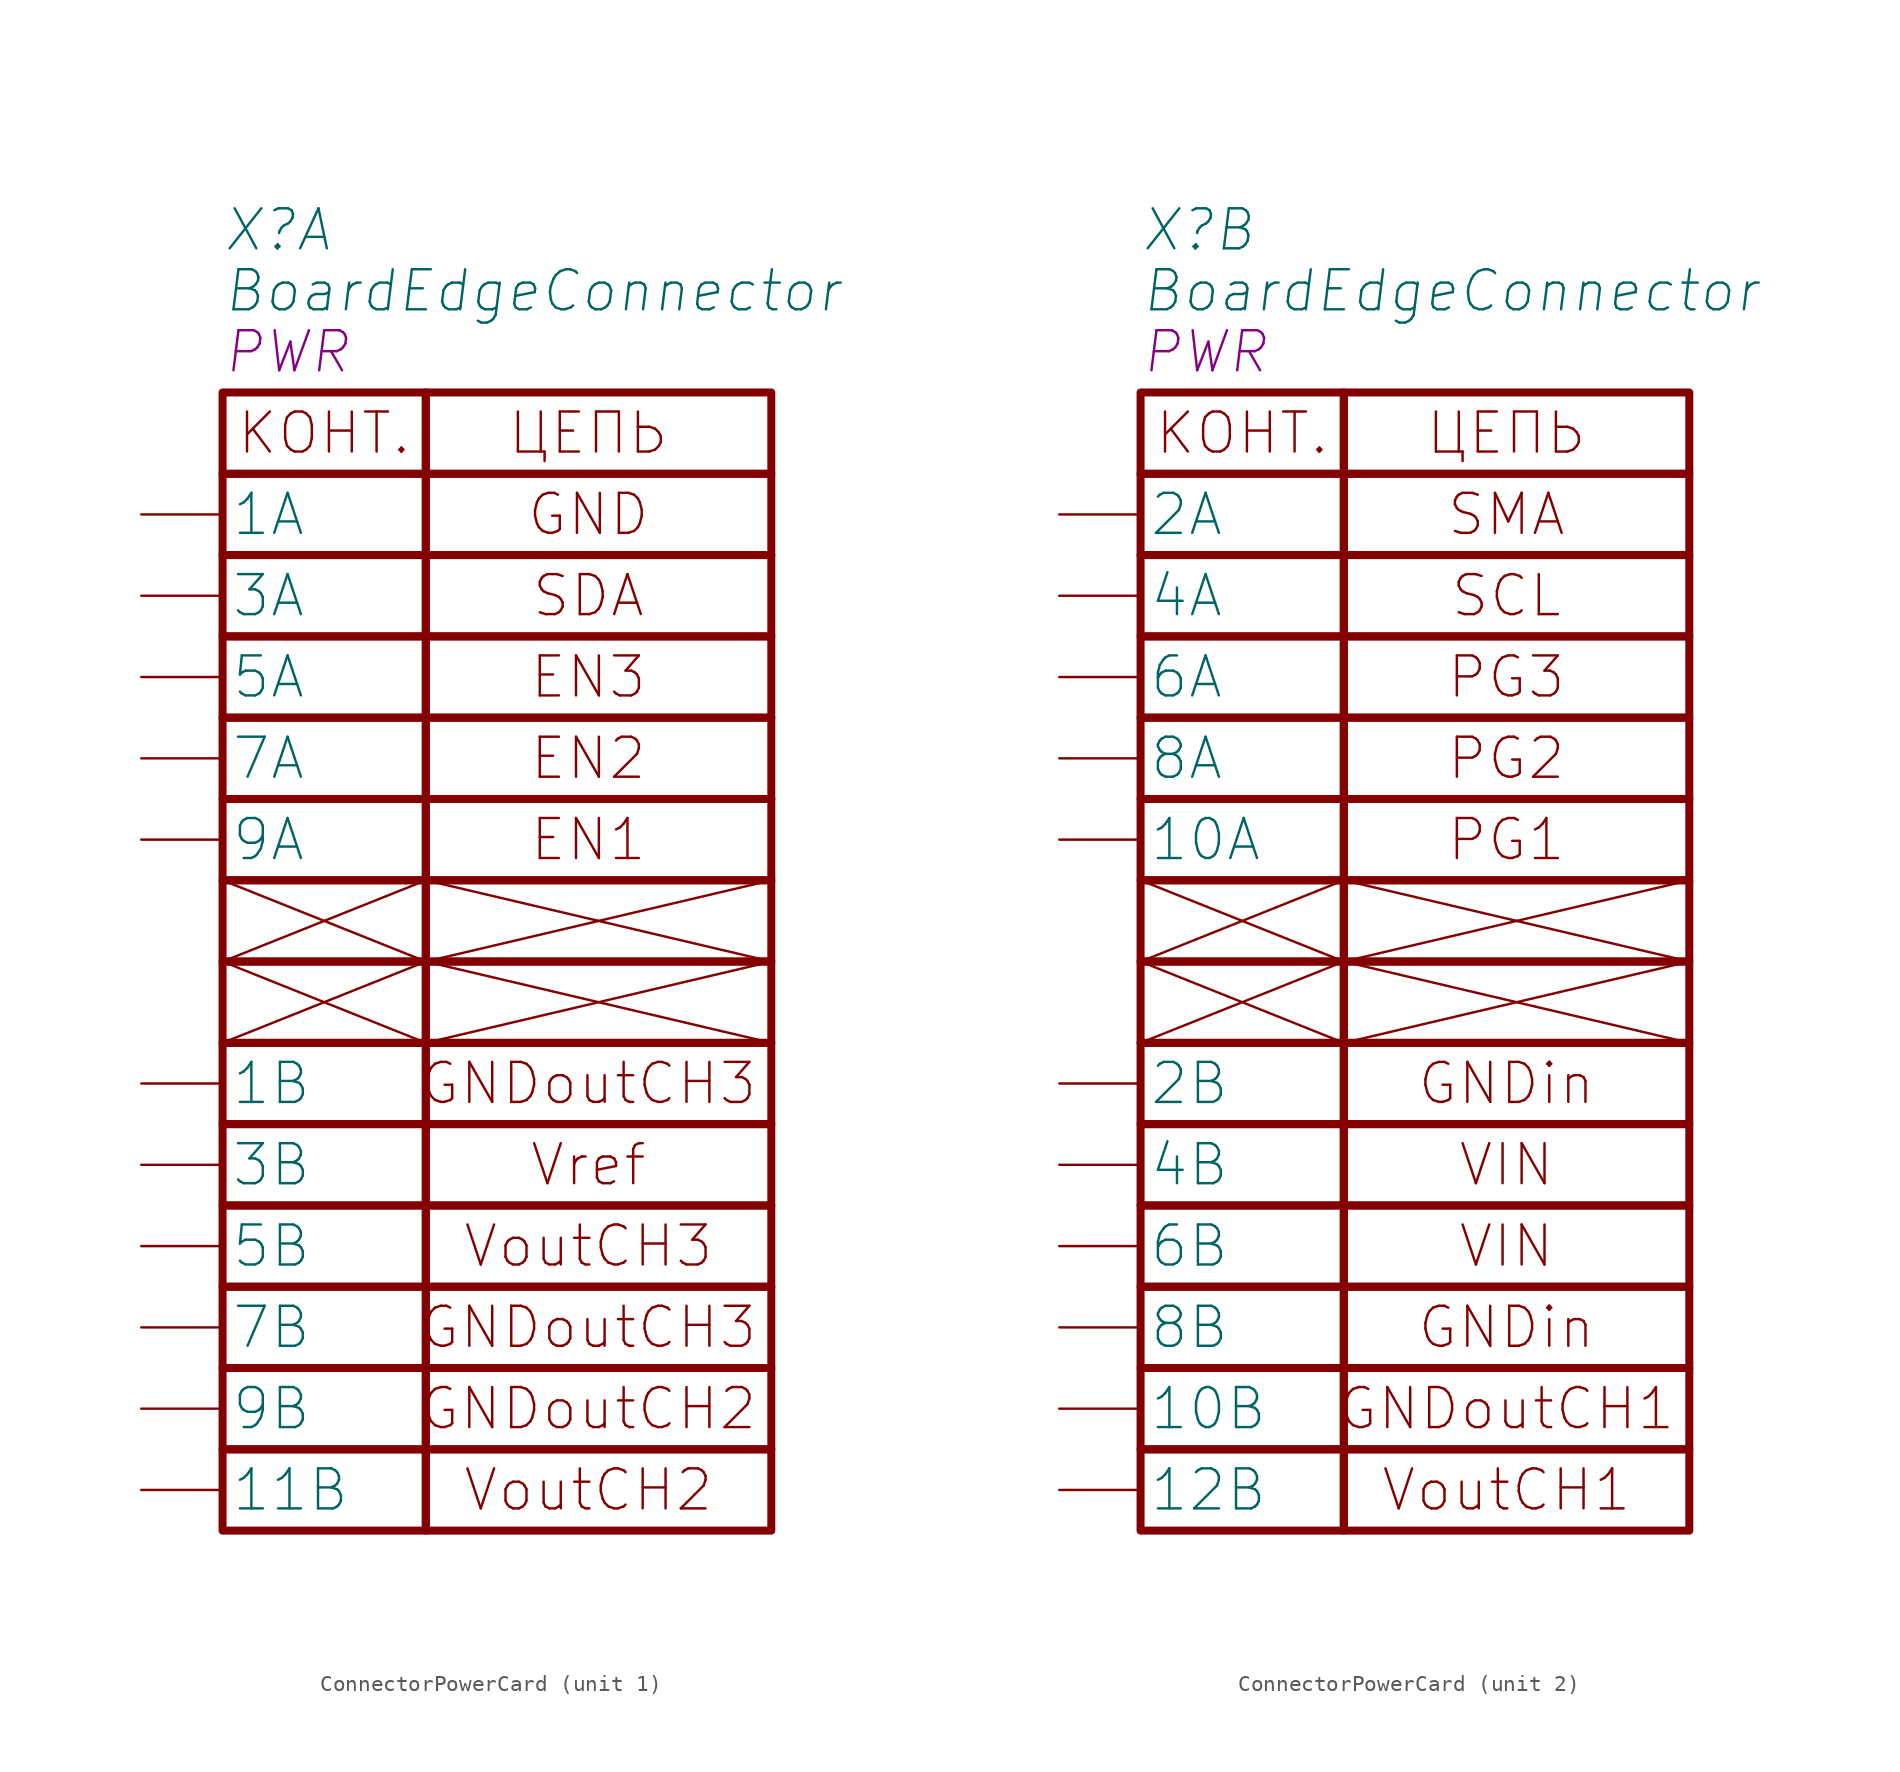
<source format=kicad_sym>
(kicad_symbol_lib
  (version 20241209)
  (generator "kicad_symbol_editor")
  (generator_version "9.0")
  (symbol "ConnectorPowerCard"
    (pin_numbers
      (hide yes))
    (property "Reference" "X"
      (at -12.7 10.16 0)
      (effects (font (size 2.5 2.5) (italic yes)) (justify left)))
    (property "Value" "BoardEdgeConnector"
      (at -12.7 6.35 0)
      (effects (font (size 2.5 2.5) (italic yes)) (justify left)))
    (property "Name" "PWR"
      (at -12.7 2.54 0)
      (effects (font (size 2.5 2.5) (italic yes)) (justify left)))
    (property "ki_locked" ""
      (at 0 0 0)
      (effects (font (size 1.27 1.27))))
    (symbol "ConnectorPowerCard_1_1"
      (rectangle (start -12.7 0) (end 0 -5.08) (stroke (width 0.5) (type default)) (fill (type none)))
      (rectangle (start -12.7 -5.08) (end 0 -10.16) (stroke (width 0.5) (type default)) (fill (type none)))
      (rectangle (start -12.7 -10.16) (end 0 -15.24) (stroke (width 0.5) (type default)) (fill (type none)))
      (rectangle (start -12.7 -15.24) (end 0 -20.32) (stroke (width 0.5) (type default)) (fill (type none)))
      (rectangle (start -12.7 -20.32) (end 0 -25.4) (stroke (width 0.5) (type default)) (fill (type none)))
      (rectangle (start -12.7 -25.4) (end 0 -30.48) (stroke (width 0.5) (type default)) (fill (type none)))
      (rectangle (start -12.7 -30.48) (end 0 -35.56) (stroke (width 0.5) (type default)) (fill (type none)))
      (polyline (pts (xy -12.7 -30.48) (xy 0 -35.56) (xy 21.59 -30.48)) (stroke (width 0) (type default)) (fill (type none)))
      (rectangle (start -12.7 -35.56) (end 0 -40.64) (stroke (width 0.5) (type default)) (fill (type none)))
      (polyline (pts (xy -12.7 -35.56) (xy 0 -30.48) (xy 21.59 -35.56) (xy 0 -40.64) (xy -12.7 -35.56)) (stroke (width 0) (type default)) (fill (type none)))
      (rectangle (start -12.7 -40.64) (end 0 -45.72) (stroke (width 0.5) (type default)) (fill (type none)))
      (polyline (pts (xy -12.7 -40.64) (xy 0 -35.56) (xy 21.59 -40.64)) (stroke (width 0) (type default)) (fill (type none)))
      (rectangle (start -12.7 -45.72) (end 0 -50.8) (stroke (width 0.5) (type default)) (fill (type none)))
      (rectangle (start -12.7 -50.8) (end 0 -55.88) (stroke (width 0.5) (type default)) (fill (type none)))
      (rectangle (start -12.7 -55.88) (end 0 -60.96) (stroke (width 0.5) (type default)) (fill (type none)))
      (rectangle (start -12.7 -60.96) (end 0 -66.04) (stroke (width 0.5) (type default)) (fill (type none)))
      (rectangle (start -12.7 -66.04) (end 0 -71.12) (stroke (width 0.5) (type default)) (fill (type none)))
      (rectangle (start 0 0) (end 21.59 -5.08) (stroke (width 0.5) (type default)) (fill (type none)))
      (rectangle (start 0 -10.16) (end 21.59 -5.08) (stroke (width 0.5) (type default)) (fill (type none)))
      (rectangle (start 0 -15.24) (end 21.59 -10.16) (stroke (width 0.5) (type default)) (fill (type none)))
      (rectangle (start 0 -20.32) (end 21.59 -15.24) (stroke (width 0.5) (type default)) (fill (type none)))
      (rectangle (start 0 -20.32) (end 21.59 -25.4) (stroke (width 0.5) (type default)) (fill (type none)))
      (rectangle (start 0 -25.4) (end 21.59 -30.48) (stroke (width 0.5) (type default)) (fill (type none)))
      (rectangle (start 0 -35.56) (end 21.59 -30.48) (stroke (width 0.5) (type default)) (fill (type none)))
      (rectangle (start 0 -40.64) (end 21.59 -35.56) (stroke (width 0.5) (type default)) (fill (type none)))
      (rectangle (start 0 -45.72) (end 21.59 -40.64) (stroke (width 0.5) (type default)) (fill (type none)))
      (rectangle (start 0 -50.8) (end 21.59 -45.72) (stroke (width 0.5) (type default)) (fill (type none)))
      (rectangle (start 0 -55.88) (end 21.59 -50.8) (stroke (width 0.5) (type default)) (fill (type none)))
      (rectangle (start 0 -60.96) (end 21.59 -55.88) (stroke (width 0.5) (type default)) (fill (type none)))
      (rectangle (start 0 -66.04) (end 21.59 -60.96) (stroke (width 0.5) (type default)) (fill (type none)))
      (rectangle (start 0 -71.12) (end 21.59 -66.04) (stroke (width 0.5) (type default)) (fill (type none)))
      (text "КОНТ." (at -6.35 -2.54 0) (effects (font (size 2.5 2.5))))
      (text "ЦЕПЬ" (at 10.16 -2.54 0) (effects (font (size 2.5 2.5))))
      (text "GND" (at 10.16 -7.62 0) (effects (font (size 2.5 2.5))))
      (text "SDA" (at 10.16 -12.7 0) (effects (font (size 2.5 2.5))))
      (text "EN3" (at 10.16 -17.78 0) (effects (font (size 2.5 2.5))))
      (text "EN2" (at 10.16 -22.86 0) (effects (font (size 2.5 2.5))))
      (text "EN1" (at 10.16 -27.94 0) (effects (font (size 2.5 2.5))))
      (text "GNDoutCH3" (at 10.16 -43.18 0) (effects (font (size 2.5 2.5))))
      (text "Vref" (at 10.16 -48.26 0) (effects (font (size 2.5 2.5))))
      (text "VoutCH3" (at 10.16 -53.34 0) (effects (font (size 2.5 2.5))))
      (text "GNDoutCH3" (at 10.16 -58.42 0) (effects (font (size 2.5 2.5))))
      (text "GNDoutCH2" (at 10.16 -63.5 0) (effects (font (size 2.5 2.5))))
      (text "VoutCH2" (at 10.16 -68.58 0) (effects (font (size 2.5 2.5))))
      (pin power_out line (at -17.78 -7.62 0) (length 5.08) (name "1A" (effects (font (size 2.5 2.5)))) (number "1A" (effects (font (size 2.5 2.5)))))
      (pin bidirectional line (at -17.78 -12.7 0) (length 5.08) (name "3A" (effects (font (size 2.5 2.5)))) (number "3A" (effects (font (size 2.5 2.5)))))
      (pin output line (at -17.78 -17.78 0) (length 5.08) (name "5A" (effects (font (size 2.5 2.5)))) (number "5A" (effects (font (size 2.5 2.5)))))
      (pin output line (at -17.78 -22.86 0) (length 5.08) (name "7A" (effects (font (size 2.5 2.5)))) (number "7A" (effects (font (size 2.5 2.5)))))
      (pin output line (at -17.78 -27.94 0) (length 5.08) (name "9A" (effects (font (size 2.5 2.5)))) (number "9A" (effects (font (size 2.5 2.5)))))
      (pin power_in line (at -17.78 -43.18 0) (length 5.08) (name "1B" (effects (font (size 2.5 2.5)))) (number "1B" (effects (font (size 2.5 2.5)))))
      (pin passive line (at -17.78 -48.26 0) (length 5.08) (name "3B" (effects (font (size 2.5 2.5)))) (number "3B" (effects (font (size 2.5 2.5)))))
      (pin power_in line (at -17.78 -53.34 0) (length 5.08) (name "5B" (effects (font (size 2.5 2.5)))) (number "5B" (effects (font (size 2.5 2.5)))))
      (pin power_in line (at -17.78 -58.42 0) (length 5.08) (name "7B" (effects (font (size 2.5 2.5)))) (number "7B" (effects (font (size 2.5 2.5)))))
      (pin power_in line (at -17.78 -63.5 0) (length 5.08) (name "9B" (effects (font (size 2.5 2.5)))) (number "9B" (effects (font (size 2.5 2.5)))))
      (pin power_in line (at -17.78 -68.58 0) (length 5.08) (name "11B" (effects (font (size 2.5 2.5)))) (number "11B" (effects (font (size 2.5 2.5))))))
    (symbol "ConnectorPowerCard_2_1"
      (rectangle (start -12.7 0) (end 0 -5.08) (stroke (width 0.5) (type default)) (fill (type none)))
      (rectangle (start -12.7 -5.08) (end 0 -10.16) (stroke (width 0.5) (type default)) (fill (type none)))
      (rectangle (start -12.7 -10.16) (end 0 -15.24) (stroke (width 0.5) (type default)) (fill (type none)))
      (rectangle (start -12.7 -15.24) (end 0 -20.32) (stroke (width 0.5) (type default)) (fill (type none)))
      (rectangle (start -12.7 -20.32) (end 0 -25.4) (stroke (width 0.5) (type default)) (fill (type none)))
      (rectangle (start -12.7 -25.4) (end 0 -30.48) (stroke (width 0.5) (type default)) (fill (type none)))
      (rectangle (start -12.7 -30.48) (end 0 -35.56) (stroke (width 0.5) (type default)) (fill (type none)))
      (polyline (pts (xy -12.7 -30.48) (xy 0 -35.56) (xy 21.59 -30.48)) (stroke (width 0) (type default)) (fill (type none)))
      (rectangle (start -12.7 -35.56) (end 0 -40.64) (stroke (width 0.5) (type default)) (fill (type none)))
      (polyline (pts (xy -12.7 -35.56) (xy 0 -30.48) (xy 21.59 -35.56) (xy 0 -40.64) (xy -12.7 -35.56)) (stroke (width 0) (type default)) (fill (type none)))
      (rectangle (start -12.7 -40.64) (end 0 -45.72) (stroke (width 0.5) (type default)) (fill (type none)))
      (polyline (pts (xy -12.7 -40.64) (xy 0 -35.56) (xy 21.59 -40.64)) (stroke (width 0) (type default)) (fill (type none)))
      (rectangle (start -12.7 -45.72) (end 0 -50.8) (stroke (width 0.5) (type default)) (fill (type none)))
      (rectangle (start -12.7 -50.8) (end 0 -55.88) (stroke (width 0.5) (type default)) (fill (type none)))
      (rectangle (start -12.7 -55.88) (end 0 -60.96) (stroke (width 0.5) (type default)) (fill (type none)))
      (rectangle (start -12.7 -60.96) (end 0 -66.04) (stroke (width 0.5) (type default)) (fill (type none)))
      (rectangle (start -12.7 -66.04) (end 0 -71.12) (stroke (width 0.5) (type default)) (fill (type none)))
      (rectangle (start 0 0) (end 21.59 -5.08) (stroke (width 0.5) (type default)) (fill (type none)))
      (rectangle (start 0 -10.16) (end 21.59 -5.08) (stroke (width 0.5) (type default)) (fill (type none)))
      (rectangle (start 0 -15.24) (end 21.59 -10.16) (stroke (width 0.5) (type default)) (fill (type none)))
      (rectangle (start 0 -20.32) (end 21.59 -15.24) (stroke (width 0.5) (type default)) (fill (type none)))
      (rectangle (start 0 -20.32) (end 21.59 -25.4) (stroke (width 0.5) (type default)) (fill (type none)))
      (rectangle (start 0 -25.4) (end 21.59 -30.48) (stroke (width 0.5) (type default)) (fill (type none)))
      (rectangle (start 0 -35.56) (end 21.59 -30.48) (stroke (width 0.5) (type default)) (fill (type none)))
      (rectangle (start 0 -40.64) (end 21.59 -35.56) (stroke (width 0.5) (type default)) (fill (type none)))
      (rectangle (start 0 -45.72) (end 21.59 -40.64) (stroke (width 0.5) (type default)) (fill (type none)))
      (rectangle (start 0 -50.8) (end 21.59 -45.72) (stroke (width 0.5) (type default)) (fill (type none)))
      (rectangle (start 0 -55.88) (end 21.59 -50.8) (stroke (width 0.5) (type default)) (fill (type none)))
      (rectangle (start 0 -60.96) (end 21.59 -55.88) (stroke (width 0.5) (type default)) (fill (type none)))
      (rectangle (start 0 -66.04) (end 21.59 -60.96) (stroke (width 0.5) (type default)) (fill (type none)))
      (rectangle (start 0 -71.12) (end 21.59 -66.04) (stroke (width 0.5) (type default)) (fill (type none)))
      (text "КОНТ." (at -6.35 -2.54 0) (effects (font (size 2.5 2.5))))
      (text "ЦЕПЬ" (at 10.16 -2.54 0) (effects (font (size 2.5 2.5))))
      (text "SMA" (at 10.16 -7.62 0) (effects (font (size 2.5 2.5))))
      (text "SCL" (at 10.16 -12.7 0) (effects (font (size 2.5 2.5))))
      (text "PG3" (at 10.16 -17.78 0) (effects (font (size 2.5 2.5))))
      (text "PG2" (at 10.16 -22.86 0) (effects (font (size 2.5 2.5))))
      (text "PG1" (at 10.16 -27.94 0) (effects (font (size 2.5 2.5))))
      (text "GNDin" (at 10.16 -43.18 0) (effects (font (size 2.5 2.5))))
      (text "VIN" (at 10.16 -48.26 0) (effects (font (size 2.5 2.5))))
      (text "VIN" (at 10.16 -53.34 0) (effects (font (size 2.5 2.5))))
      (text "GNDin" (at 10.16 -58.42 0) (effects (font (size 2.5 2.5))))
      (text "GNDoutCH1" (at 10.16 -63.5 0) (effects (font (size 2.5 2.5))))
      (text "VoutCH1" (at 10.16 -68.58 0) (effects (font (size 2.5 2.5))))
      (pin input line (at -17.78 -7.62 0) (length 5.08) (name "2A" (effects (font (size 2.5 2.5)))) (number "2A" (effects (font (size 2.5 2.5)))))
      (pin output line (at -17.78 -12.7 0) (length 5.08) (name "4A" (effects (font (size 2.5 2.5)))) (number "4A" (effects (font (size 2.5 2.5)))))
      (pin input line (at -17.78 -17.78 0) (length 5.08) (name "6A" (effects (font (size 2.5 2.5)))) (number "6A" (effects (font (size 2.5 2.5)))))
      (pin input line (at -17.78 -22.86 0) (length 5.08) (name "8A" (effects (font (size 2.5 2.5)))) (number "8A" (effects (font (size 2.5 2.5)))))
      (pin input line (at -17.78 -27.94 0) (length 5.08) (name "10A" (effects (font (size 2.5 2.5)))) (number "10A" (effects (font (size 2.5 2.5)))))
      (pin passive line (at -17.78 -43.18 0) (length 5.08) (name "2B" (effects (font (size 2.5 2.5)))) (number "2B" (effects (font (size 2.5 2.5)))))
      (pin power_out line (at -17.78 -48.26 0) (length 5.08) (name "4B" (effects (font (size 2.5 2.5)))) (number "4B" (effects (font (size 2.5 2.5)))))
      (pin passive line (at -17.78 -53.34 0) (length 5.08) (name "6B" (effects (font (size 2.5 2.5)))) (number "6B" (effects (font (size 2.5 2.5)))))
      (pin passive line (at -17.78 -58.42 0) (length 5.08) (name "8B" (effects (font (size 2.5 2.5)))) (number "8B" (effects (font (size 2.5 2.5)))))
      (pin power_in line (at -17.78 -63.5 0) (length 5.08) (name "10B" (effects (font (size 2.5 2.5)))) (number "10B" (effects (font (size 2.5 2.5)))))
      (pin power_in line (at -17.78 -68.58 0) (length 5.08) (name "12B" (effects (font (size 2.5 2.5)))) (number "12B" (effects (font (size 2.5 2.5))))))))
</source>
